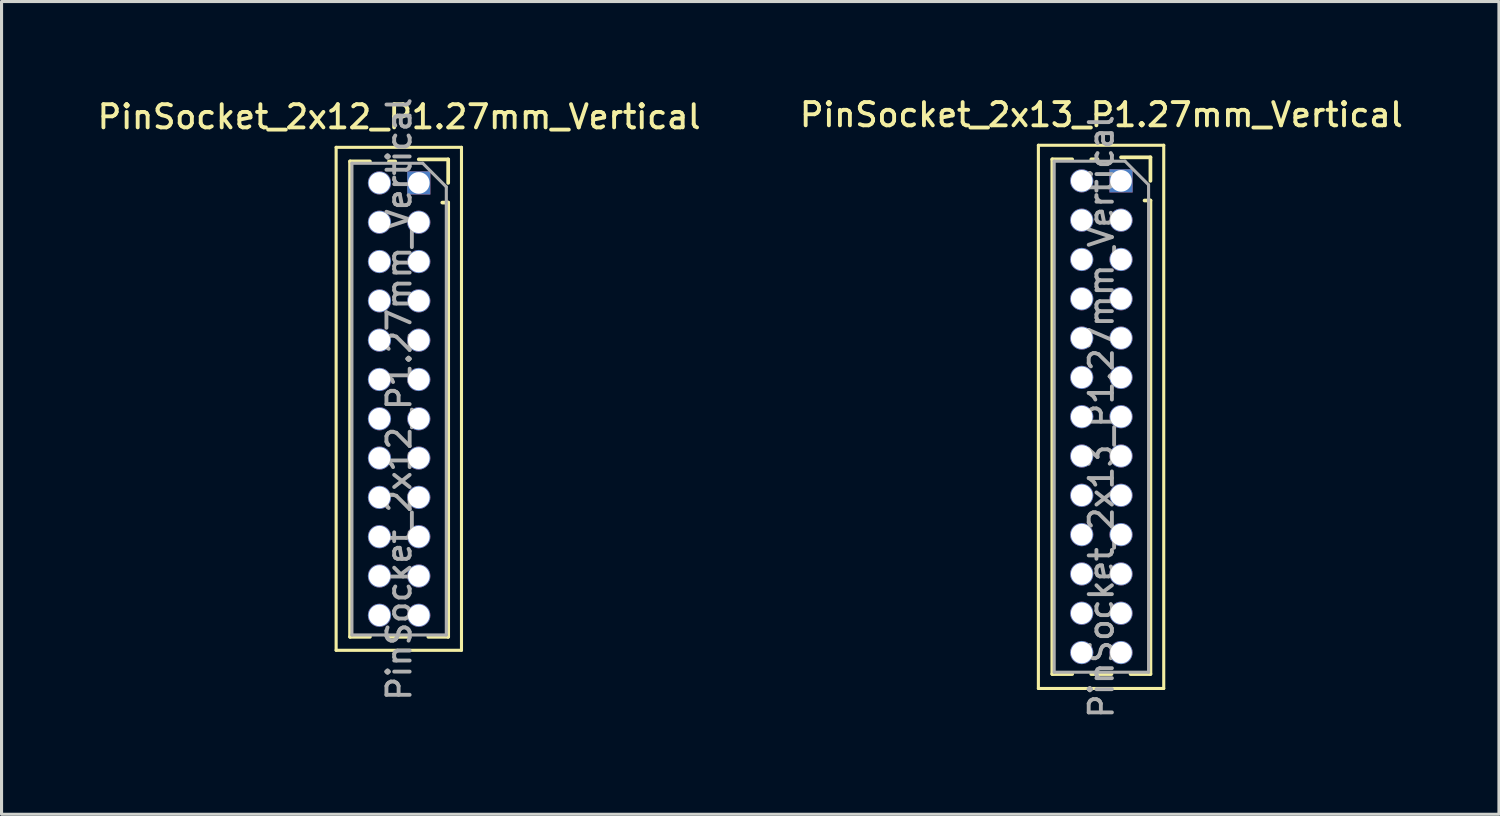
<source format=kicad_pcb>
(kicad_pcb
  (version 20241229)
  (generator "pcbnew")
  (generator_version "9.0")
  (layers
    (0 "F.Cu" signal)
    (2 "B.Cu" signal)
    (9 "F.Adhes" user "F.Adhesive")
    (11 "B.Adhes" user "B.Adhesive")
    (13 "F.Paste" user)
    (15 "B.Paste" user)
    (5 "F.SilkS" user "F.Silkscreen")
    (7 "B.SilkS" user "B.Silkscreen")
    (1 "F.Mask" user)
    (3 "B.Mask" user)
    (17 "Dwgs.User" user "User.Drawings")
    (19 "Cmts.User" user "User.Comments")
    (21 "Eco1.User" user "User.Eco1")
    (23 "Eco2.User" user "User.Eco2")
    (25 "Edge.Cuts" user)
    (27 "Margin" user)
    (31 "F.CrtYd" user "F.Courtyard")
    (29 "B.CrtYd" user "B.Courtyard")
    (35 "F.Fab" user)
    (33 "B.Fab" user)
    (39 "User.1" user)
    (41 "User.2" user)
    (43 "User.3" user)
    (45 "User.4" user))
  (footprint "PinSocket_2x12_P1.27mm_Vertical"
    (layer "F.Cu")
    (at 10.48 2.86)
    (property "Reference" "PinSocket_2x12_P1.27mm_Vertical" (at -0.635 -2.135 0) (layer "F.SilkS") (effects (font (size 0.75 0.75) (thickness 0.125))))
    (attr through_hole)
    (fp_line (start -2.67 -1.15) (end 1.38 -1.15) (stroke (width 0.1) (type solid)) (layer "F.SilkS"))
    (fp_line (start -2.67 15.1) (end -2.67 -1.15) (stroke (width 0.1) (type solid)) (layer "F.SilkS"))
    (fp_line (start -2.22 -0.695) (end -2.22 14.665) (stroke (width 0.12) (type solid)) (layer "F.SilkS"))
    (fp_line (start -2.22 -0.695) (end -1.578 -0.695) (stroke (width 0.12) (type solid)) (layer "F.SilkS"))
    (fp_line (start -2.22 14.665) (end -1.578 14.665) (stroke (width 0.12) (type solid)) (layer "F.SilkS"))
    (fp_line (start -0.962 -0.695) (end -0.76 -0.695) (stroke (width 0.12) (type solid)) (layer "F.SilkS"))
    (fp_line (start -0.962 14.665) (end -0.308 14.665) (stroke (width 0.12) (type solid)) (layer "F.SilkS"))
    (fp_line (start 0 -0.76) (end 0.95 -0.76) (stroke (width 0.12) (type solid)) (layer "F.SilkS"))
    (fp_line (start 0.308 14.665) (end 0.95 14.665) (stroke (width 0.12) (type solid)) (layer "F.SilkS"))
    (fp_line (start 0.76 0.635) (end 0.95 0.635) (stroke (width 0.12) (type solid)) (layer "F.SilkS"))
    (fp_line (start 0.95 -0.76) (end 0.95 0) (stroke (width 0.12) (type solid)) (layer "F.SilkS"))
    (fp_line (start 0.95 0.635) (end 0.95 14.665) (stroke (width 0.12) (type solid)) (layer "F.SilkS"))
    (fp_line (start 1.38 -1.15) (end 1.38 15.1) (stroke (width 0.1) (type solid)) (layer "F.SilkS"))
    (fp_line (start 1.38 15.1) (end -2.67 15.1) (stroke (width 0.1) (type solid)) (layer "F.SilkS"))
    (fp_line (start -2.16 -0.635) (end 0.128 -0.635) (stroke (width 0.1) (type solid)) (layer "F.Fab"))
    (fp_line (start -2.16 14.605) (end -2.16 -0.635) (stroke (width 0.1) (type solid)) (layer "F.Fab"))
    (fp_line (start 0.128 -0.635) (end 0.89 0.128) (stroke (width 0.1) (type solid)) (layer "F.Fab"))
    (fp_line (start 0.89 0.128) (end 0.89 14.605) (stroke (width 0.1) (type solid)) (layer "F.Fab"))
    (fp_line (start 0.89 14.605) (end -2.16 14.605) (stroke (width 0.1) (type solid)) (layer "F.Fab"))
    (fp_text user "${REFERENCE}" (at -0.635 6.985 90) (layer "F.Fab") (effects (font (size 0.75 0.75) (thickness 0.125))))
    (pad "1" thru_hole rect (at 0 0) (size 0.75 0.75) (drill 0.7) (layers "*.Cu" "*.Mask"))
    (pad "2" thru_hole oval (at -1.27 0) (size 0.75 0.75) (drill 0.7) (layers "*.Cu" "*.Mask"))
    (pad "3" thru_hole oval (at 0 1.27) (size 0.75 0.75) (drill 0.7) (layers "*.Cu" "*.Mask"))
    (pad "4" thru_hole oval (at -1.27 1.27) (size 0.75 0.75) (drill 0.7) (layers "*.Cu" "*.Mask"))
    (pad "5" thru_hole oval (at 0 2.54) (size 0.75 0.75) (drill 0.7) (layers "*.Cu" "*.Mask"))
    (pad "6" thru_hole oval (at -1.27 2.54) (size 0.75 0.75) (drill 0.7) (layers "*.Cu" "*.Mask"))
    (pad "7" thru_hole oval (at 0 3.81) (size 0.75 0.75) (drill 0.7) (layers "*.Cu" "*.Mask"))
    (pad "8" thru_hole oval (at -1.27 3.81) (size 0.75 0.75) (drill 0.7) (layers "*.Cu" "*.Mask"))
    (pad "9" thru_hole oval (at 0 5.08) (size 0.75 0.75) (drill 0.7) (layers "*.Cu" "*.Mask"))
    (pad "10" thru_hole oval (at -1.27 5.08) (size 0.75 0.75) (drill 0.7) (layers "*.Cu" "*.Mask"))
    (pad "11" thru_hole oval (at 0 6.35) (size 0.75 0.75) (drill 0.7) (layers "*.Cu" "*.Mask"))
    (pad "12" thru_hole oval (at -1.27 6.35) (size 0.75 0.75) (drill 0.7) (layers "*.Cu" "*.Mask"))
    (pad "13" thru_hole oval (at 0 7.62) (size 0.75 0.75) (drill 0.7) (layers "*.Cu" "*.Mask"))
    (pad "14" thru_hole oval (at -1.27 7.62) (size 0.75 0.75) (drill 0.7) (layers "*.Cu" "*.Mask"))
    (pad "15" thru_hole oval (at 0 8.89) (size 0.75 0.75) (drill 0.7) (layers "*.Cu" "*.Mask"))
    (pad "16" thru_hole oval (at -1.27 8.89) (size 0.75 0.75) (drill 0.7) (layers "*.Cu" "*.Mask"))
    (pad "17" thru_hole oval (at 0 10.16) (size 0.75 0.75) (drill 0.7) (layers "*.Cu" "*.Mask"))
    (pad "18" thru_hole oval (at -1.27 10.16) (size 0.75 0.75) (drill 0.7) (layers "*.Cu" "*.Mask"))
    (pad "19" thru_hole oval (at 0 11.43) (size 0.75 0.75) (drill 0.7) (layers "*.Cu" "*.Mask"))
    (pad "20" thru_hole oval (at -1.27 11.43) (size 0.75 0.75) (drill 0.7) (layers "*.Cu" "*.Mask"))
    (pad "21" thru_hole oval (at 0 12.7) (size 0.75 0.75) (drill 0.7) (layers "*.Cu" "*.Mask"))
    (pad "22" thru_hole oval (at -1.27 12.7) (size 0.75 0.75) (drill 0.7) (layers "*.Cu" "*.Mask"))
    (pad "23" thru_hole oval (at 0 13.97) (size 0.75 0.75) (drill 0.7) (layers "*.Cu" "*.Mask"))
    (pad "24" thru_hole oval (at -1.27 13.97) (size 0.75 0.75) (drill 0.7) (layers "*.Cu" "*.Mask")))
  (footprint "PinSocket_2x13_P1.27mm_Vertical"
    (layer "F.Cu")
    (at 33.169 2.793)
    (property "Reference" "PinSocket_2x13_P1.27mm_Vertical" (at -0.635 -2.135 0) (layer "F.SilkS") (effects (font (size 0.75 0.75) (thickness 0.125))))
    (attr through_hole)
    (fp_line (start -2.67 -1.15) (end 1.38 -1.15) (stroke (width 0.1) (type solid)) (layer "F.SilkS"))
    (fp_line (start -2.67 16.4) (end -2.67 -1.15) (stroke (width 0.1) (type solid)) (layer "F.SilkS"))
    (fp_line (start -2.22 -0.695) (end -2.22 15.935) (stroke (width 0.12) (type solid)) (layer "F.SilkS"))
    (fp_line (start -2.22 -0.695) (end -1.578 -0.695) (stroke (width 0.12) (type solid)) (layer "F.SilkS"))
    (fp_line (start -2.22 15.935) (end -1.578 15.935) (stroke (width 0.12) (type solid)) (layer "F.SilkS"))
    (fp_line (start -0.962 -0.695) (end -0.76 -0.695) (stroke (width 0.12) (type solid)) (layer "F.SilkS"))
    (fp_line (start -0.962 15.935) (end -0.308 15.935) (stroke (width 0.12) (type solid)) (layer "F.SilkS"))
    (fp_line (start 0 -0.76) (end 0.95 -0.76) (stroke (width 0.12) (type solid)) (layer "F.SilkS"))
    (fp_line (start 0.308 15.935) (end 0.95 15.935) (stroke (width 0.12) (type solid)) (layer "F.SilkS"))
    (fp_line (start 0.76 0.635) (end 0.95 0.635) (stroke (width 0.12) (type solid)) (layer "F.SilkS"))
    (fp_line (start 0.95 -0.76) (end 0.95 0) (stroke (width 0.12) (type solid)) (layer "F.SilkS"))
    (fp_line (start 0.95 0.635) (end 0.95 15.935) (stroke (width 0.12) (type solid)) (layer "F.SilkS"))
    (fp_line (start 1.38 -1.15) (end 1.38 16.4) (stroke (width 0.1) (type solid)) (layer "F.SilkS"))
    (fp_line (start 1.38 16.4) (end -2.67 16.4) (stroke (width 0.1) (type solid)) (layer "F.SilkS"))
    (fp_line (start -2.16 -0.635) (end 0.128 -0.635) (stroke (width 0.1) (type solid)) (layer "F.Fab"))
    (fp_line (start -2.16 15.875) (end -2.16 -0.635) (stroke (width 0.1) (type solid)) (layer "F.Fab"))
    (fp_line (start 0.128 -0.635) (end 0.89 0.128) (stroke (width 0.1) (type solid)) (layer "F.Fab"))
    (fp_line (start 0.89 0.128) (end 0.89 15.875) (stroke (width 0.1) (type solid)) (layer "F.Fab"))
    (fp_line (start 0.89 15.875) (end -2.16 15.875) (stroke (width 0.1) (type solid)) (layer "F.Fab"))
    (fp_text user "${REFERENCE}" (at -0.635 7.62 90) (layer "F.Fab") (effects (font (size 0.75 0.75) (thickness 0.125))))
    (pad "1" thru_hole rect (at 0 0) (size 0.75 0.75) (drill 0.7) (layers "*.Cu" "*.Mask"))
    (pad "2" thru_hole oval (at -1.27 0) (size 0.75 0.75) (drill 0.7) (layers "*.Cu" "*.Mask"))
    (pad "3" thru_hole oval (at 0 1.27) (size 0.75 0.75) (drill 0.7) (layers "*.Cu" "*.Mask"))
    (pad "4" thru_hole oval (at -1.27 1.27) (size 0.75 0.75) (drill 0.7) (layers "*.Cu" "*.Mask"))
    (pad "5" thru_hole oval (at 0 2.54) (size 0.75 0.75) (drill 0.7) (layers "*.Cu" "*.Mask"))
    (pad "6" thru_hole oval (at -1.27 2.54) (size 0.75 0.75) (drill 0.7) (layers "*.Cu" "*.Mask"))
    (pad "7" thru_hole oval (at 0 3.81) (size 0.75 0.75) (drill 0.7) (layers "*.Cu" "*.Mask"))
    (pad "8" thru_hole oval (at -1.27 3.81) (size 0.75 0.75) (drill 0.7) (layers "*.Cu" "*.Mask"))
    (pad "9" thru_hole oval (at 0 5.08) (size 0.75 0.75) (drill 0.7) (layers "*.Cu" "*.Mask"))
    (pad "10" thru_hole oval (at -1.27 5.08) (size 0.75 0.75) (drill 0.7) (layers "*.Cu" "*.Mask"))
    (pad "11" thru_hole oval (at 0 6.35) (size 0.75 0.75) (drill 0.7) (layers "*.Cu" "*.Mask"))
    (pad "12" thru_hole oval (at -1.27 6.35) (size 0.75 0.75) (drill 0.7) (layers "*.Cu" "*.Mask"))
    (pad "13" thru_hole oval (at 0 7.62) (size 0.75 0.75) (drill 0.7) (layers "*.Cu" "*.Mask"))
    (pad "14" thru_hole oval (at -1.27 7.62) (size 0.75 0.75) (drill 0.7) (layers "*.Cu" "*.Mask"))
    (pad "15" thru_hole oval (at 0 8.89) (size 0.75 0.75) (drill 0.7) (layers "*.Cu" "*.Mask"))
    (pad "16" thru_hole oval (at -1.27 8.89) (size 0.75 0.75) (drill 0.7) (layers "*.Cu" "*.Mask"))
    (pad "17" thru_hole oval (at 0 10.16) (size 0.75 0.75) (drill 0.7) (layers "*.Cu" "*.Mask"))
    (pad "18" thru_hole oval (at -1.27 10.16) (size 0.75 0.75) (drill 0.7) (layers "*.Cu" "*.Mask"))
    (pad "19" thru_hole oval (at 0 11.43) (size 0.75 0.75) (drill 0.7) (layers "*.Cu" "*.Mask"))
    (pad "20" thru_hole oval (at -1.27 11.43) (size 0.75 0.75) (drill 0.7) (layers "*.Cu" "*.Mask"))
    (pad "21" thru_hole oval (at 0 12.7) (size 0.75 0.75) (drill 0.7) (layers "*.Cu" "*.Mask"))
    (pad "22" thru_hole oval (at -1.27 12.7) (size 0.75 0.75) (drill 0.7) (layers "*.Cu" "*.Mask"))
    (pad "23" thru_hole oval (at 0 13.97) (size 0.75 0.75) (drill 0.7) (layers "*.Cu" "*.Mask"))
    (pad "24" thru_hole oval (at -1.27 13.97) (size 0.75 0.75) (drill 0.7) (layers "*.Cu" "*.Mask"))
    (pad "25" thru_hole oval (at 0 15.24) (size 0.75 0.75) (drill 0.7) (layers "*.Cu" "*.Mask"))
    (pad "26" thru_hole oval (at -1.27 15.24) (size 0.75 0.75) (drill 0.7) (layers "*.Cu" "*.Mask")))
  (gr_rect
    (start -3 -3)
    (end 45.379 23.258)
    (stroke (width 0.1) (type default))
    (fill no)
    (layer "Edge.Cuts")))
</source>
